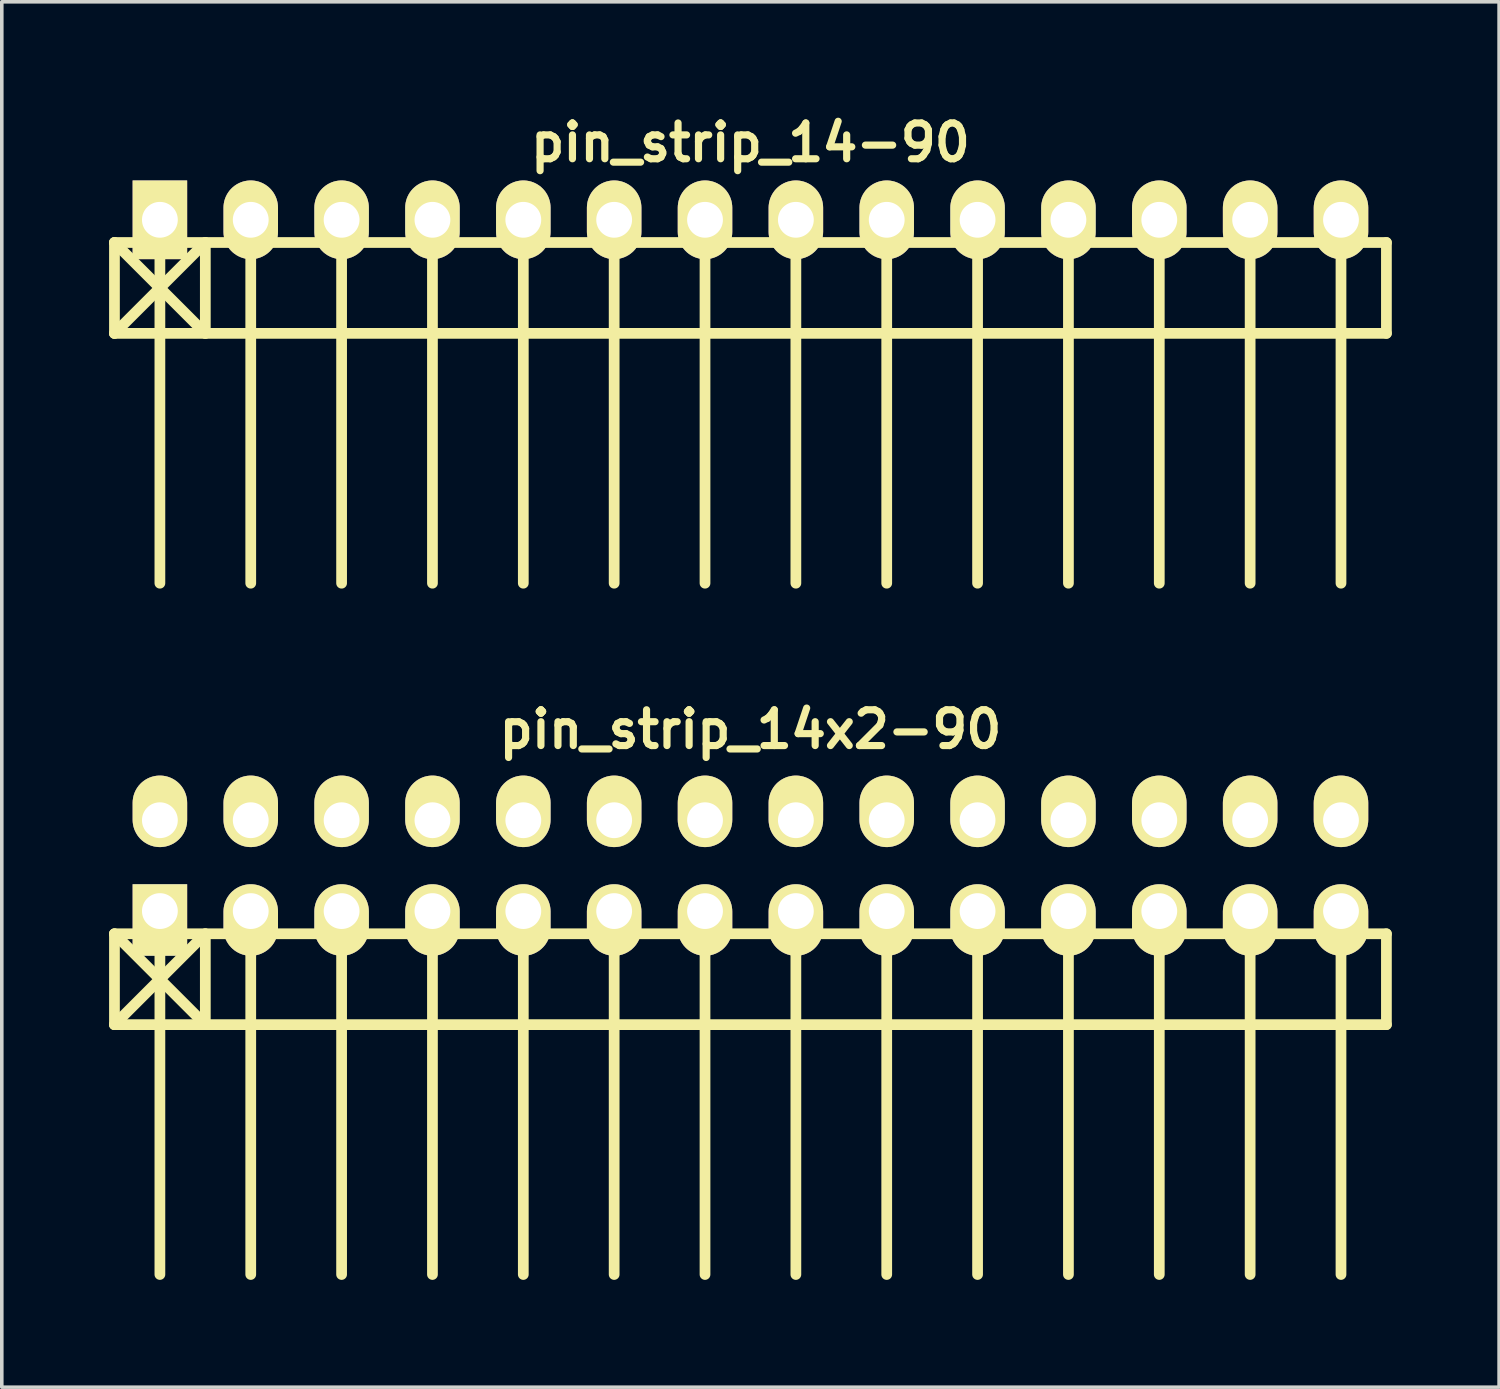
<source format=kicad_pcb>
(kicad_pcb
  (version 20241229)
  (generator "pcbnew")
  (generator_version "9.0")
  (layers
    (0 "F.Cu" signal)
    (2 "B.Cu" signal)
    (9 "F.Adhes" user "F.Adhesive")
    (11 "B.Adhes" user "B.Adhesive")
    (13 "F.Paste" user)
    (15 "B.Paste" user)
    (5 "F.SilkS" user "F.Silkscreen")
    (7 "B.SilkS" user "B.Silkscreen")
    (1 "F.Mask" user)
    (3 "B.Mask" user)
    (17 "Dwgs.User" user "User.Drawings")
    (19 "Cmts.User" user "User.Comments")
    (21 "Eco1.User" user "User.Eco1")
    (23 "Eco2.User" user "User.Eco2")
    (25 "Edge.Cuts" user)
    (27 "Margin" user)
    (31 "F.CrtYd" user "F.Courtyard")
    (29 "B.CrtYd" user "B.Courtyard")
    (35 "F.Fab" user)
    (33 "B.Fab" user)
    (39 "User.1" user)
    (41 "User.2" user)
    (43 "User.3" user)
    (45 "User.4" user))
  (footprint "pin_strip_14x2-90"
    (layer "F.Cu")
    (at 17.93 21.151)
    (property "Reference" "pin_strip_14x2-90" (at 0 -3.81 0) (layer "F.SilkS") (effects (font (size 1 1) (thickness 0.2))))
    (attr through_hole)
    (fp_line (start -17.78 1.905) (end -15.24 4.445) (stroke (width 0.3) (type solid)) (layer "F.SilkS"))
    (fp_line (start -17.78 1.905) (end 17.78 1.905) (stroke (width 0.3) (type solid)) (layer "F.SilkS"))
    (fp_line (start -17.78 4.445) (end -17.78 1.905) (stroke (width 0.3) (type solid)) (layer "F.SilkS"))
    (fp_line (start -16.51 1.27) (end -16.51 11.43) (stroke (width 0.3) (type solid)) (layer "F.SilkS"))
    (fp_line (start -15.24 1.905) (end -17.78 4.445) (stroke (width 0.3) (type solid)) (layer "F.SilkS"))
    (fp_line (start -15.24 4.445) (end -15.24 1.905) (stroke (width 0.3) (type solid)) (layer "F.SilkS"))
    (fp_line (start -13.97 1.27) (end -13.97 11.43) (stroke (width 0.3) (type solid)) (layer "F.SilkS"))
    (fp_line (start -11.43 11.43) (end -11.43 1.27) (stroke (width 0.3) (type solid)) (layer "F.SilkS"))
    (fp_line (start -8.89 1.27) (end -8.89 11.43) (stroke (width 0.3) (type solid)) (layer "F.SilkS"))
    (fp_line (start -6.35 1.27) (end -6.35 11.43) (stroke (width 0.3) (type solid)) (layer "F.SilkS"))
    (fp_line (start -3.81 1.27) (end -3.81 11.43) (stroke (width 0.3) (type solid)) (layer "F.SilkS"))
    (fp_line (start -1.27 1.27) (end -1.27 11.43) (stroke (width 0.3) (type solid)) (layer "F.SilkS"))
    (fp_line (start 1.27 1.27) (end 1.27 11.43) (stroke (width 0.3) (type solid)) (layer "F.SilkS"))
    (fp_line (start 3.81 1.27) (end 3.81 11.43) (stroke (width 0.3) (type solid)) (layer "F.SilkS"))
    (fp_line (start 6.35 1.27) (end 6.35 11.43) (stroke (width 0.3) (type solid)) (layer "F.SilkS"))
    (fp_line (start 8.89 1.27) (end 8.89 11.43) (stroke (width 0.3) (type solid)) (layer "F.SilkS"))
    (fp_line (start 11.43 1.27) (end 11.43 11.43) (stroke (width 0.3) (type solid)) (layer "F.SilkS"))
    (fp_line (start 13.97 11.43) (end 13.97 1.27) (stroke (width 0.3) (type solid)) (layer "F.SilkS"))
    (fp_line (start 16.51 1.27) (end 16.51 11.43) (stroke (width 0.3) (type solid)) (layer "F.SilkS"))
    (fp_line (start 17.78 1.905) (end 17.78 4.445) (stroke (width 0.3) (type solid)) (layer "F.SilkS"))
    (fp_line (start 17.78 4.445) (end -17.78 4.445) (stroke (width 0.3) (type solid)) (layer "F.SilkS"))
    (pad "1" thru_hole rect (at -16.51 1.27) (size 1.524 1.999) (drill 1.001 (offset 0 0.249)) (layers "*.Cu" "*.Mask" "F.SilkS"))
    (pad "2" thru_hole oval (at -16.51 -1.27) (size 1.524 1.999) (drill 1.001 (offset 0 -0.249)) (layers "*.Cu" "*.Mask" "F.SilkS"))
    (pad "3" thru_hole oval (at -13.97 1.27) (size 1.524 1.999) (drill 1.001 (offset 0 0.249)) (layers "*.Cu" "*.Mask" "F.SilkS"))
    (pad "4" thru_hole oval (at -13.97 -1.27) (size 1.524 1.999) (drill 1.001 (offset 0 -0.249)) (layers "*.Cu" "*.Mask" "F.SilkS"))
    (pad "5" thru_hole oval (at -11.43 1.27) (size 1.524 1.999) (drill 1.001 (offset 0 0.249)) (layers "*.Cu" "*.Mask" "F.SilkS"))
    (pad "6" thru_hole oval (at -11.43 -1.27) (size 1.524 1.999) (drill 1.001 (offset 0 -0.249)) (layers "*.Cu" "*.Mask" "F.SilkS"))
    (pad "7" thru_hole oval (at -8.89 1.27) (size 1.524 1.999) (drill 1.001 (offset 0 0.249)) (layers "*.Cu" "*.Mask" "F.SilkS"))
    (pad "8" thru_hole oval (at -8.89 -1.27) (size 1.524 1.999) (drill 1.001 (offset 0 -0.249)) (layers "*.Cu" "*.Mask" "F.SilkS"))
    (pad "9" thru_hole oval (at -6.35 1.27) (size 1.524 1.999) (drill 1.001 (offset 0 0.249)) (layers "*.Cu" "*.Mask" "F.SilkS"))
    (pad "10" thru_hole oval (at -6.35 -1.27) (size 1.524 1.999) (drill 1.001 (offset 0 -0.249)) (layers "*.Cu" "*.Mask" "F.SilkS"))
    (pad "11" thru_hole oval (at -3.81 1.27) (size 1.524 1.999) (drill 1.001 (offset 0 0.249)) (layers "*.Cu" "*.Mask" "F.SilkS"))
    (pad "12" thru_hole oval (at -3.81 -1.27) (size 1.524 1.999) (drill 1.001 (offset 0 -0.249)) (layers "*.Cu" "*.Mask" "F.SilkS"))
    (pad "13" thru_hole oval (at -1.27 1.27) (size 1.524 1.999) (drill 1.001 (offset 0 0.249)) (layers "*.Cu" "*.Mask" "F.SilkS"))
    (pad "14" thru_hole oval (at -1.27 -1.27) (size 1.524 1.999) (drill 1.001 (offset 0 -0.249)) (layers "*.Cu" "*.Mask" "F.SilkS"))
    (pad "15" thru_hole oval (at 1.27 1.27) (size 1.524 1.999) (drill 1.001 (offset 0 0.249)) (layers "*.Cu" "*.Mask" "F.SilkS"))
    (pad "16" thru_hole oval (at 1.27 -1.27) (size 1.524 1.999) (drill 1.001 (offset 0 -0.249)) (layers "*.Cu" "*.Mask" "F.SilkS"))
    (pad "17" thru_hole oval (at 3.81 1.27) (size 1.524 1.999) (drill 1.001 (offset 0 0.249)) (layers "*.Cu" "*.Mask" "F.SilkS"))
    (pad "18" thru_hole oval (at 3.81 -1.27) (size 1.524 1.999) (drill 1.001 (offset 0 -0.249)) (layers "*.Cu" "*.Mask" "F.SilkS"))
    (pad "19" thru_hole oval (at 6.35 1.27) (size 1.524 1.999) (drill 1.001 (offset 0 0.249)) (layers "*.Cu" "*.Mask" "F.SilkS"))
    (pad "20" thru_hole oval (at 6.35 -1.27) (size 1.524 1.999) (drill 1.001 (offset 0 -0.249)) (layers "*.Cu" "*.Mask" "F.SilkS"))
    (pad "21" thru_hole oval (at 8.89 1.27) (size 1.524 1.999) (drill 1.001 (offset 0 0.249)) (layers "*.Cu" "*.Mask" "F.SilkS"))
    (pad "22" thru_hole oval (at 8.89 -1.27) (size 1.524 1.999) (drill 1.001 (offset 0 -0.249)) (layers "*.Cu" "*.Mask" "F.SilkS"))
    (pad "23" thru_hole oval (at 11.43 1.27) (size 1.524 1.999) (drill 1.001 (offset 0 0.249)) (layers "*.Cu" "*.Mask" "F.SilkS"))
    (pad "24" thru_hole oval (at 11.43 -1.27) (size 1.524 1.999) (drill 1.001 (offset 0 -0.249)) (layers "*.Cu" "*.Mask" "F.SilkS"))
    (pad "25" thru_hole oval (at 13.97 1.27) (size 1.524 1.999) (drill 1.001 (offset 0 0.249)) (layers "*.Cu" "*.Mask" "F.SilkS"))
    (pad "26" thru_hole oval (at 13.97 -1.27) (size 1.524 1.999) (drill 1.001 (offset 0 -0.249)) (layers "*.Cu" "*.Mask" "F.SilkS"))
    (pad "27" thru_hole oval (at 16.51 1.27) (size 1.524 1.999) (drill 1.001 (offset 0 0.249)) (layers "*.Cu" "*.Mask" "F.SilkS"))
    (pad "28" thru_hole oval (at 16.51 -1.27) (size 1.524 1.999) (drill 1.001 (offset 0 -0.249)) (layers "*.Cu" "*.Mask" "F.SilkS")))
  (footprint "pin_strip_14-90"
    (layer "F.Cu")
    (at 17.93 3.095)
    (property "Reference" "pin_strip_14-90" (at 0 -2.159 0) (layer "F.SilkS") (effects (font (size 1 1) (thickness 0.2))))
    (attr through_hole)
    (fp_line (start -17.78 0.635) (end 17.78 0.635) (stroke (width 0.3) (type solid)) (layer "F.SilkS"))
    (fp_line (start -17.78 3.175) (end -17.78 0.635) (stroke (width 0.3) (type solid)) (layer "F.SilkS"))
    (fp_line (start -17.78 3.175) (end -15.24 0.635) (stroke (width 0.3) (type solid)) (layer "F.SilkS"))
    (fp_line (start -16.51 0) (end -16.51 10.16) (stroke (width 0.3) (type solid)) (layer "F.SilkS"))
    (fp_line (start -15.24 0.635) (end -15.24 3.175) (stroke (width 0.3) (type solid)) (layer "F.SilkS"))
    (fp_line (start -15.24 3.175) (end -17.78 0.635) (stroke (width 0.3) (type solid)) (layer "F.SilkS"))
    (fp_line (start -13.97 0) (end -13.97 10.16) (stroke (width 0.3) (type solid)) (layer "F.SilkS"))
    (fp_line (start -11.43 10.16) (end -11.43 0) (stroke (width 0.3) (type solid)) (layer "F.SilkS"))
    (fp_line (start -8.89 0) (end -8.89 10.16) (stroke (width 0.3) (type solid)) (layer "F.SilkS"))
    (fp_line (start -6.35 0) (end -6.35 10.16) (stroke (width 0.3) (type solid)) (layer "F.SilkS"))
    (fp_line (start -3.81 0) (end -3.81 10.16) (stroke (width 0.3) (type solid)) (layer "F.SilkS"))
    (fp_line (start -1.27 0) (end -1.27 10.16) (stroke (width 0.3) (type solid)) (layer "F.SilkS"))
    (fp_line (start 1.27 0) (end 1.27 10.16) (stroke (width 0.3) (type solid)) (layer "F.SilkS"))
    (fp_line (start 3.81 0) (end 3.81 10.16) (stroke (width 0.3) (type solid)) (layer "F.SilkS"))
    (fp_line (start 6.35 0) (end 6.35 10.16) (stroke (width 0.3) (type solid)) (layer "F.SilkS"))
    (fp_line (start 8.89 0) (end 8.89 10.16) (stroke (width 0.3) (type solid)) (layer "F.SilkS"))
    (fp_line (start 11.43 0) (end 11.43 10.16) (stroke (width 0.3) (type solid)) (layer "F.SilkS"))
    (fp_line (start 13.97 10.16) (end 13.97 0) (stroke (width 0.3) (type solid)) (layer "F.SilkS"))
    (fp_line (start 16.51 0) (end 16.51 10.16) (stroke (width 0.3) (type solid)) (layer "F.SilkS"))
    (fp_line (start 17.78 0.635) (end 17.78 3.175) (stroke (width 0.3) (type solid)) (layer "F.SilkS"))
    (fp_line (start 17.78 3.175) (end -17.78 3.175) (stroke (width 0.3) (type solid)) (layer "F.SilkS"))
    (pad "1" thru_hole rect (at -16.51 0) (size 1.524 2.2) (drill 1.001) (layers "*.Cu" "*.Mask" "F.SilkS"))
    (pad "2" thru_hole oval (at -13.97 0) (size 1.524 2.2) (drill 1.001) (layers "*.Cu" "*.Mask" "F.SilkS"))
    (pad "3" thru_hole oval (at -11.43 0) (size 1.524 2.2) (drill 1.001) (layers "*.Cu" "*.Mask" "F.SilkS"))
    (pad "4" thru_hole oval (at -8.89 0) (size 1.524 2.2) (drill 1.001) (layers "*.Cu" "*.Mask" "F.SilkS"))
    (pad "5" thru_hole oval (at -6.35 0) (size 1.524 2.2) (drill 1.001) (layers "*.Cu" "*.Mask" "F.SilkS"))
    (pad "6" thru_hole oval (at -3.81 0) (size 1.524 2.2) (drill 1.001) (layers "*.Cu" "*.Mask" "F.SilkS"))
    (pad "7" thru_hole oval (at -1.27 0) (size 1.524 2.2) (drill 1.001) (layers "*.Cu" "*.Mask" "F.SilkS"))
    (pad "8" thru_hole oval (at 1.27 0) (size 1.524 2.2) (drill 1.001) (layers "*.Cu" "*.Mask" "F.SilkS"))
    (pad "9" thru_hole oval (at 3.81 0) (size 1.524 2.2) (drill 1.001) (layers "*.Cu" "*.Mask" "F.SilkS"))
    (pad "10" thru_hole oval (at 6.35 0) (size 1.524 2.2) (drill 1.001) (layers "*.Cu" "*.Mask" "F.SilkS"))
    (pad "11" thru_hole oval (at 8.89 0) (size 1.524 2.2) (drill 1.001) (layers "*.Cu" "*.Mask" "F.SilkS"))
    (pad "12" thru_hole oval (at 11.43 0) (size 1.524 2.2) (drill 1.001) (layers "*.Cu" "*.Mask" "F.SilkS"))
    (pad "13" thru_hole oval (at 13.97 0) (size 1.524 2.2) (drill 1.001) (layers "*.Cu" "*.Mask" "F.SilkS"))
    (pad "14" thru_hole oval (at 16.51 0) (size 1.524 2.2) (drill 1.001) (layers "*.Cu" "*.Mask" "F.SilkS")))
  (gr_rect
    (start -3 -3)
    (end 38.86 35.731)
    (stroke (width 0.1) (type default))
    (fill no)
    (layer "Edge.Cuts")))
</source>
